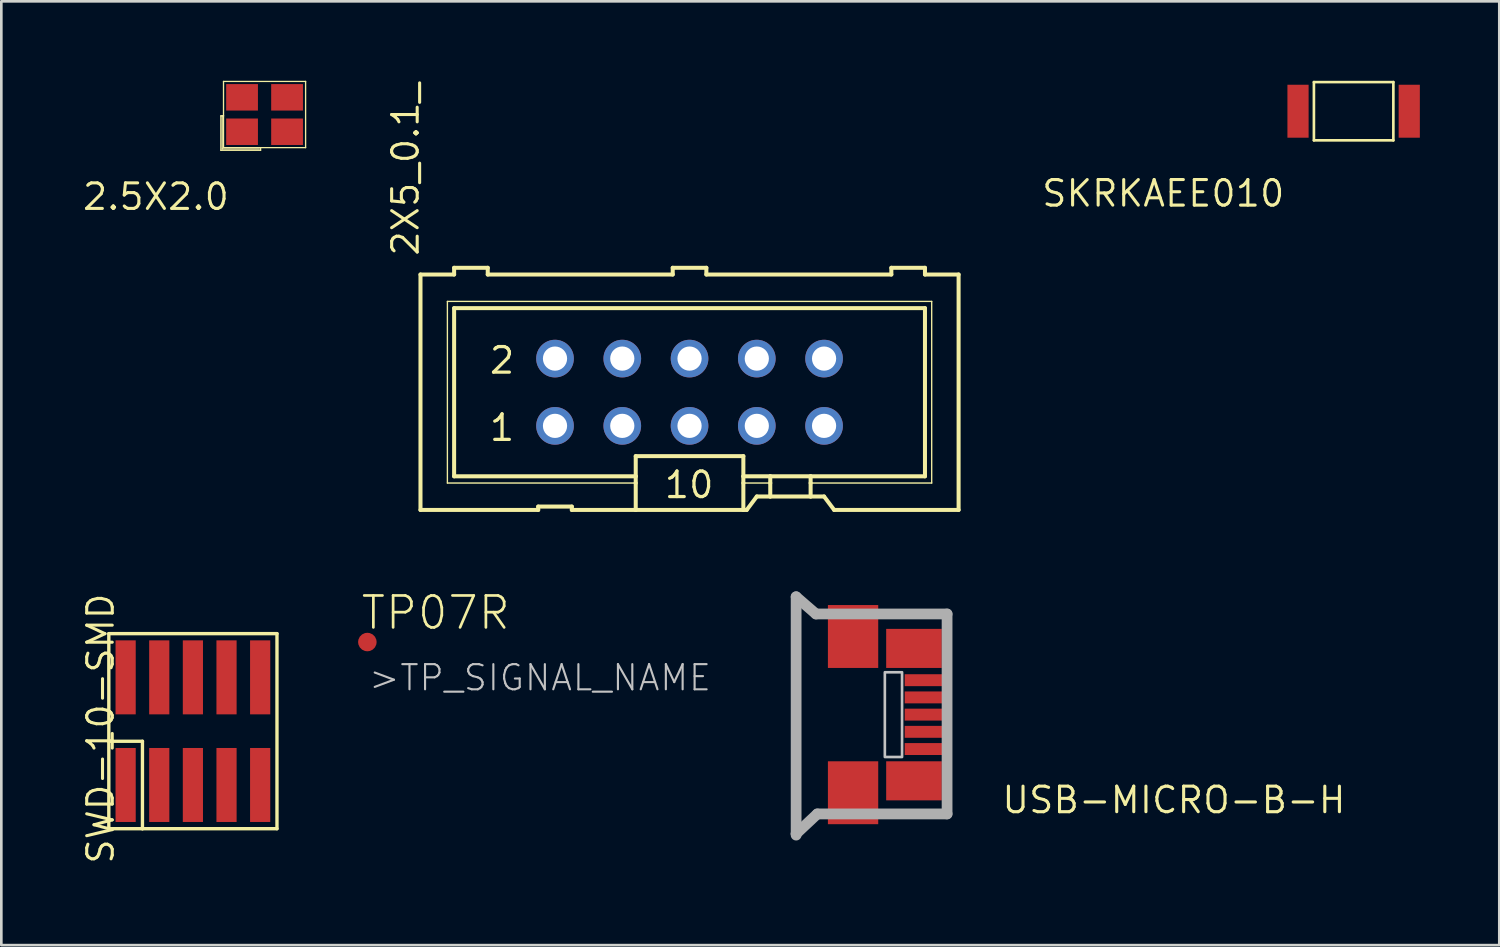
<source format=kicad_pcb>
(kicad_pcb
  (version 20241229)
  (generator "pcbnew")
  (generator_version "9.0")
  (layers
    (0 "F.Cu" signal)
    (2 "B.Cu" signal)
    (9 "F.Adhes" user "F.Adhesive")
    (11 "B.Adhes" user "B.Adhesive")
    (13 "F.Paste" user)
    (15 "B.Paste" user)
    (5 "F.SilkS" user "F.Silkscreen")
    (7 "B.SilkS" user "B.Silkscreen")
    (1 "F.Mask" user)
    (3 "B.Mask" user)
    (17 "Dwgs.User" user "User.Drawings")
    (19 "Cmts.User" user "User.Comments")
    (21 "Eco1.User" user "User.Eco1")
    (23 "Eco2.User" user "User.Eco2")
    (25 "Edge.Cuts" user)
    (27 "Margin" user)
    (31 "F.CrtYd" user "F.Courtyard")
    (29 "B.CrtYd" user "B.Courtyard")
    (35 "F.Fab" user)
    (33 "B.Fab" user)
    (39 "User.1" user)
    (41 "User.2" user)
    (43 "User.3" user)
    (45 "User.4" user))
  (footprint "SKRKAEE010"
    (layer "F.Cu")
    (at 48.065 1.15)
    (property "Reference" "SKRKAEE010" (at -2.54 2.54 180) (layer "F.SilkS") (effects (font (size 0.965 0.965) (thickness 0.116)) (justify right top)))
    (attr through_hole)
    (fp_line (start -1.5 -1.1) (end 1.5 -1.1) (stroke (width 0.1) (type solid)) (layer "F.SilkS"))
    (fp_line (start -1.5 1.1) (end -1.5 -1.1) (stroke (width 0.1) (type solid)) (layer "F.SilkS"))
    (fp_line (start 1.5 -1.1) (end 1.5 1.1) (stroke (width 0.1) (type solid)) (layer "F.SilkS"))
    (fp_line (start 1.5 1.1) (end -1.5 1.1) (stroke (width 0.1) (type solid)) (layer "F.SilkS"))
    (pad "P$1" smd rect (at -2.1 0) (size 0.8 2) (layers "F.Cu" "F.Mask" "F.Paste"))
    (pad "P$2" smd rect (at 2.1 0) (size 0.8 2) (layers "F.Cu" "F.Mask" "F.Paste")))
  (footprint "TP07R"
    (layer "F.Cu")
    (at 10.822 21.194)
    (property "Reference" "TP07R" (at -0.3 -0.4 0) (layer "F.SilkS") (effects (font (size 1.206 1.206) (thickness 0.102)) (justify left bottom)))
    (attr through_hole)
    (fp_text user ">TP_SIGNAL_NAME" (at 0 1.905 0) (layer "Dwgs.User") (effects (font (size 0.95 0.95) (thickness 0.08)) (justify left bottom)))
    (pad "TP" smd roundrect (at 0 0) (size 0.7 0.7) (layers "F.Cu" "F.Mask") (roundrect_rratio 0.5)))
  (footprint "2.5X2.0"
    (layer "F.Cu")
    (at 6.94 1.275)
    (property "Reference" "2.5X2.0" (at -1.27 2.54 180) (layer "F.SilkS") (effects (font (size 0.965 0.965) (thickness 0.116)) (justify right top)))
    (attr through_hole)
    (fp_line (start -1.65 1.35) (end -1.65 0.05) (stroke (width 0.05) (type solid)) (layer "F.SilkS"))
    (fp_line (start -1.6 0.05) (end -1.65 0.05) (stroke (width 0.05) (type solid)) (layer "F.SilkS"))
    (fp_line (start -1.6 0.05) (end -1.6 1.3) (stroke (width 0.05) (type solid)) (layer "F.SilkS"))
    (fp_line (start -1.6 1.3) (end -0.2 1.3) (stroke (width 0.05) (type solid)) (layer "F.SilkS"))
    (fp_line (start -1.55 -1.25) (end -1.55 0.05) (stroke (width 0.05) (type solid)) (layer "F.SilkS"))
    (fp_line (start -1.55 0.05) (end -1.6 0.05) (stroke (width 0.05) (type solid)) (layer "F.SilkS"))
    (fp_line (start -1.55 0.05) (end -1.55 1.25) (stroke (width 0.05) (type solid)) (layer "F.SilkS"))
    (fp_line (start -1.55 1.25) (end -0.15 1.25) (stroke (width 0.05) (type solid)) (layer "F.SilkS"))
    (fp_line (start -0.15 1.25) (end -0.15 1.35) (stroke (width 0.05) (type solid)) (layer "F.SilkS"))
    (fp_line (start -0.15 1.25) (end 1.55 1.25) (stroke (width 0.05) (type solid)) (layer "F.SilkS"))
    (fp_line (start -0.15 1.35) (end -1.65 1.35) (stroke (width 0.05) (type solid)) (layer "F.SilkS"))
    (fp_line (start 1.55 -1.25) (end -1.55 -1.25) (stroke (width 0.05) (type solid)) (layer "F.SilkS"))
    (fp_line (start 1.55 1.25) (end 1.55 -1.25) (stroke (width 0.05) (type solid)) (layer "F.SilkS"))
    (pad "1" smd rect (at -0.85 0.65) (size 1.2 1) (layers "F.Cu" "F.Mask" "F.Paste"))
    (pad "2" smd rect (at 0.85 0.65) (size 1.2 1) (layers "F.Cu" "F.Mask" "F.Paste"))
    (pad "3" smd rect (at 0.85 -0.65) (size 1.2 1) (layers "F.Cu" "F.Mask" "F.Paste"))
    (pad "4" smd rect (at -0.85 -0.65) (size 1.2 1) (layers "F.Cu" "F.Mask" "F.Paste")))
  (footprint "2X5_0.1_"
    (layer "F.Cu")
    (at 22.988 11.761)
    (property "Reference" "2X5_0.1_" (at -10.16 -5.08 270) (layer "F.SilkS") (effects (font (size 0.965 0.965) (thickness 0.116)) (justify left bottom)))
    (attr through_hole)
    (fp_line (start -10.16 -4.445) (end -10.16 4.445) (stroke (width 0.152) (type solid)) (layer "F.SilkS"))
    (fp_line (start -10.16 -4.445) (end -8.89 -4.445) (stroke (width 0.152) (type solid)) (layer "F.SilkS"))
    (fp_line (start -9.144 -3.429) (end -9.144 3.429) (stroke (width 0.051) (type solid)) (layer "F.SilkS"))
    (fp_line (start -9.144 3.429) (end -2.032 3.429) (stroke (width 0.051) (type solid)) (layer "F.SilkS"))
    (fp_line (start -8.89 -4.699) (end -8.89 -4.445) (stroke (width 0.152) (type solid)) (layer "F.SilkS"))
    (fp_line (start -8.89 -3.175) (end -8.89 3.175) (stroke (width 0.152) (type solid)) (layer "F.SilkS"))
    (fp_line (start -8.89 -3.175) (end 8.89 -3.175) (stroke (width 0.152) (type solid)) (layer "F.SilkS"))
    (fp_line (start -7.62 -4.699) (end -8.89 -4.699) (stroke (width 0.152) (type solid)) (layer "F.SilkS"))
    (fp_line (start -7.62 -4.699) (end -7.62 -4.445) (stroke (width 0.152) (type solid)) (layer "F.SilkS"))
    (fp_line (start -7.62 -4.445) (end -0.635 -4.445) (stroke (width 0.152) (type solid)) (layer "F.SilkS"))
    (fp_line (start -5.715 4.445) (end -10.16 4.445) (stroke (width 0.152) (type solid)) (layer "F.SilkS"))
    (fp_line (start -5.715 4.445) (end -5.715 4.318) (stroke (width 0.152) (type solid)) (layer "F.SilkS"))
    (fp_line (start -4.445 4.318) (end -5.715 4.318) (stroke (width 0.152) (type solid)) (layer "F.SilkS"))
    (fp_line (start -4.445 4.318) (end -4.445 4.445) (stroke (width 0.152) (type solid)) (layer "F.SilkS"))
    (fp_line (start -2.032 3.175) (end -8.89 3.175) (stroke (width 0.152) (type solid)) (layer "F.SilkS"))
    (fp_line (start -2.032 3.175) (end -2.032 2.413) (stroke (width 0.152) (type solid)) (layer "F.SilkS"))
    (fp_line (start -2.032 3.175) (end -2.032 3.429) (stroke (width 0.152) (type solid)) (layer "F.SilkS"))
    (fp_line (start -2.032 3.429) (end -2.032 4.445) (stroke (width 0.152) (type solid)) (layer "F.SilkS"))
    (fp_line (start -2.032 4.445) (end -4.445 4.445) (stroke (width 0.152) (type solid)) (layer "F.SilkS"))
    (fp_line (start -0.635 -4.699) (end -0.635 -4.445) (stroke (width 0.152) (type solid)) (layer "F.SilkS"))
    (fp_line (start 0.635 -4.699) (end -0.635 -4.699) (stroke (width 0.152) (type solid)) (layer "F.SilkS"))
    (fp_line (start 0.635 -4.699) (end 0.635 -4.445) (stroke (width 0.152) (type solid)) (layer "F.SilkS"))
    (fp_line (start 0.635 -4.445) (end 7.62 -4.445) (stroke (width 0.152) (type solid)) (layer "F.SilkS"))
    (fp_line (start 2.032 2.413) (end -2.032 2.413) (stroke (width 0.152) (type solid)) (layer "F.SilkS"))
    (fp_line (start 2.032 2.413) (end 2.032 3.175) (stroke (width 0.152) (type solid)) (layer "F.SilkS"))
    (fp_line (start 2.032 3.175) (end 2.032 3.429) (stroke (width 0.152) (type solid)) (layer "F.SilkS"))
    (fp_line (start 2.032 3.429) (end 2.032 4.445) (stroke (width 0.152) (type solid)) (layer "F.SilkS"))
    (fp_line (start 2.032 4.445) (end -2.032 4.445) (stroke (width 0.152) (type solid)) (layer "F.SilkS"))
    (fp_line (start 2.159 4.445) (end 2.032 4.445) (stroke (width 0.152) (type solid)) (layer "F.SilkS"))
    (fp_line (start 2.159 4.445) (end 2.54 3.937) (stroke (width 0.152) (type solid)) (layer "F.SilkS"))
    (fp_line (start 3.048 3.175) (end 2.032 3.175) (stroke (width 0.152) (type solid)) (layer "F.SilkS"))
    (fp_line (start 3.048 3.175) (end 3.048 3.429) (stroke (width 0.152) (type solid)) (layer "F.SilkS"))
    (fp_line (start 3.048 3.429) (end 2.032 3.429) (stroke (width 0.051) (type solid)) (layer "F.SilkS"))
    (fp_line (start 3.048 3.429) (end 3.048 3.937) (stroke (width 0.152) (type solid)) (layer "F.SilkS"))
    (fp_line (start 3.048 3.937) (end 2.54 3.937) (stroke (width 0.152) (type solid)) (layer "F.SilkS"))
    (fp_line (start 4.572 3.175) (end 3.048 3.175) (stroke (width 0.152) (type solid)) (layer "F.SilkS"))
    (fp_line (start 4.572 3.175) (end 4.572 3.429) (stroke (width 0.152) (type solid)) (layer "F.SilkS"))
    (fp_line (start 4.572 3.429) (end 4.572 3.937) (stroke (width 0.152) (type solid)) (layer "F.SilkS"))
    (fp_line (start 4.572 3.429) (end 9.144 3.429) (stroke (width 0.051) (type solid)) (layer "F.SilkS"))
    (fp_line (start 4.572 3.937) (end 3.048 3.937) (stroke (width 0.152) (type solid)) (layer "F.SilkS"))
    (fp_line (start 5.08 3.937) (end 4.572 3.937) (stroke (width 0.152) (type solid)) (layer "F.SilkS"))
    (fp_line (start 5.08 3.937) (end 5.461 4.445) (stroke (width 0.152) (type solid)) (layer "F.SilkS"))
    (fp_line (start 7.62 -4.445) (end 7.62 -4.699) (stroke (width 0.152) (type solid)) (layer "F.SilkS"))
    (fp_line (start 8.89 -4.699) (end 7.62 -4.699) (stroke (width 0.152) (type solid)) (layer "F.SilkS"))
    (fp_line (start 8.89 -4.445) (end 8.89 -4.699) (stroke (width 0.152) (type solid)) (layer "F.SilkS"))
    (fp_line (start 8.89 -4.445) (end 10.16 -4.445) (stroke (width 0.152) (type solid)) (layer "F.SilkS"))
    (fp_line (start 8.89 3.175) (end 4.572 3.175) (stroke (width 0.152) (type solid)) (layer "F.SilkS"))
    (fp_line (start 8.89 3.175) (end 8.89 -3.175) (stroke (width 0.152) (type solid)) (layer "F.SilkS"))
    (fp_line (start 9.144 -3.429) (end -9.144 -3.429) (stroke (width 0.051) (type solid)) (layer "F.SilkS"))
    (fp_line (start 9.144 3.429) (end 9.144 -3.429) (stroke (width 0.051) (type solid)) (layer "F.SilkS"))
    (fp_line (start 10.16 4.445) (end 5.461 4.445) (stroke (width 0.152) (type solid)) (layer "F.SilkS"))
    (fp_line (start 10.16 4.445) (end 10.16 -4.445) (stroke (width 0.152) (type solid)) (layer "F.SilkS"))
    (fp_poly (pts (xy -5.334 -1.016) (xy -4.826 -1.016) (xy -4.826 -1.524) (xy -5.334 -1.524)) (stroke (width 0.1) (type solid)) (fill no) (layer "F.Fab"))
    (fp_poly (pts (xy -5.334 1.524) (xy -4.826 1.524) (xy -4.826 1.016) (xy -5.334 1.016)) (stroke (width 0.1) (type solid)) (fill no) (layer "F.Fab"))
    (fp_poly (pts (xy -2.794 -1.016) (xy -2.286 -1.016) (xy -2.286 -1.524) (xy -2.794 -1.524)) (stroke (width 0.1) (type solid)) (fill no) (layer "F.Fab"))
    (fp_poly (pts (xy -2.794 1.524) (xy -2.286 1.524) (xy -2.286 1.016) (xy -2.794 1.016)) (stroke (width 0.1) (type solid)) (fill no) (layer "F.Fab"))
    (fp_poly (pts (xy -0.254 -1.016) (xy 0.254 -1.016) (xy 0.254 -1.524) (xy -0.254 -1.524)) (stroke (width 0.1) (type solid)) (fill no) (layer "F.Fab"))
    (fp_poly (pts (xy -0.254 1.524) (xy 0.254 1.524) (xy 0.254 1.016) (xy -0.254 1.016)) (stroke (width 0.1) (type solid)) (fill no) (layer "F.Fab"))
    (fp_poly (pts (xy 2.286 -1.016) (xy 2.794 -1.016) (xy 2.794 -1.524) (xy 2.286 -1.524)) (stroke (width 0.1) (type solid)) (fill no) (layer "F.Fab"))
    (fp_poly (pts (xy 2.286 1.524) (xy 2.794 1.524) (xy 2.794 1.016) (xy 2.286 1.016)) (stroke (width 0.1) (type solid)) (fill no) (layer "F.Fab"))
    (fp_poly (pts (xy 4.826 -1.016) (xy 5.334 -1.016) (xy 5.334 -1.524) (xy 4.826 -1.524)) (stroke (width 0.1) (type solid)) (fill no) (layer "F.Fab"))
    (fp_poly (pts (xy 4.826 1.524) (xy 5.334 1.524) (xy 5.334 1.016) (xy 4.826 1.016)) (stroke (width 0.1) (type solid)) (fill no) (layer "F.Fab"))
    (fp_text user "10" (at -1.016 4.064 0) (layer "F.SilkS") (effects (font (size 0.965 0.965) (thickness 0.122)) (justify left bottom)))
    (fp_text user "1" (at -7.62 1.905 0) (layer "F.SilkS") (effects (font (size 0.965 0.965) (thickness 0.122)) (justify left bottom)))
    (fp_text user "2" (at -7.62 -0.635 0) (layer "F.SilkS") (effects (font (size 0.965 0.965) (thickness 0.122)) (justify left bottom)))
    (pad "1" thru_hole circle (at -5.08 1.27) (size 1.422 1.422) (drill 0.914) (layers "*.Cu" "*.Mask"))
    (pad "2" thru_hole circle (at -5.08 -1.27) (size 1.422 1.422) (drill 0.914) (layers "*.Cu" "*.Mask"))
    (pad "3" thru_hole circle (at -2.54 1.27) (size 1.422 1.422) (drill 0.914) (layers "*.Cu" "*.Mask"))
    (pad "4" thru_hole circle (at -2.54 -1.27) (size 1.422 1.422) (drill 0.914) (layers "*.Cu" "*.Mask"))
    (pad "5" thru_hole circle (at 0 1.27) (size 1.422 1.422) (drill 0.914) (layers "*.Cu" "*.Mask"))
    (pad "6" thru_hole circle (at 0 -1.27) (size 1.422 1.422) (drill 0.914) (layers "*.Cu" "*.Mask"))
    (pad "7" thru_hole circle (at 2.54 1.27) (size 1.422 1.422) (drill 0.914) (layers "*.Cu" "*.Mask"))
    (pad "8" thru_hole circle (at 2.54 -1.27) (size 1.422 1.422) (drill 0.914) (layers "*.Cu" "*.Mask"))
    (pad "9" thru_hole circle (at 5.08 1.27) (size 1.422 1.422) (drill 0.914) (layers "*.Cu" "*.Mask"))
    (pad "10" thru_hole circle (at 5.08 -1.27) (size 1.422 1.422) (drill 0.914) (layers "*.Cu" "*.Mask")))
  (footprint "USB-MICRO-B-H"
    (layer "F.Cu")
    (at 29.163 23.935)
    (property "Reference" "USB-MICRO-B-H" (at 5.56 3.79 0) (layer "F.SilkS") (effects (font (size 0.965 0.965) (thickness 0.116)) (justify left bottom)))
    (attr through_hole)
    (fp_poly (pts (xy -1.05 -0.2) (xy 1.05 -0.2) (xy 1.05 -1.35) (xy -1.05 -1.35)) (stroke (width 0) (type solid)) (fill yes) (layer "F.Mask"))
    (fp_poly (pts (xy -1.05 1.35) (xy 1.05 1.35) (xy 1.05 0.2) (xy -1.05 0.2)) (stroke (width 0) (type solid)) (fill yes) (layer "F.Mask"))
    (fp_poly (pts (xy 1.2 1.6) (xy 1.85 1.6) (xy 1.85 -1.6) (xy 1.2 -1.6)) (stroke (width 0.1) (type solid)) (fill no) (layer "Dwgs.User"))
    (fp_line (start -2.15 -4.45) (end -2.15 4.5) (stroke (width 0.406) (type solid)) (layer "F.Fab"))
    (fp_line (start -2.15 4.5) (end -2.15 4.55) (stroke (width 0.406) (type solid)) (layer "F.Fab"))
    (fp_line (start -1.4 -3.8) (end -2.15 -4.45) (stroke (width 0.406) (type solid)) (layer "F.Fab"))
    (fp_line (start -1.35 3.75) (end -2.15 4.5) (stroke (width 0.406) (type solid)) (layer "F.Fab"))
    (fp_line (start 3.55 -3.8) (end -1.4 -3.8) (stroke (width 0.406) (type solid)) (layer "F.Fab"))
    (fp_line (start 3.55 -3.8) (end 3.55 3.75) (stroke (width 0.406) (type solid)) (layer "F.Fab"))
    (fp_line (start 3.55 3.75) (end -1.35 3.75) (stroke (width 0.406) (type solid)) (layer "F.Fab"))
    (pad "4" smd rect (at 2.8 0.65 90) (size 0.45 1.7) (layers "F.Cu" "F.Mask" "F.Paste"))
    (pad "D+" smd rect (at 2.8 0 90) (size 0.45 1.7) (layers "F.Cu" "F.Mask" "F.Paste"))
    (pad "D-" smd rect (at 2.8 -0.65 90) (size 0.45 1.7) (layers "F.Cu" "F.Mask" "F.Paste"))
    (pad "GND" smd rect (at 2.8 1.3 90) (size 0.45 1.7) (layers "F.Cu" "F.Mask" "F.Paste"))
    (pad "GND1" smd rect (at 0 -2.95 90) (size 2.375 1.9) (layers "F.Cu" "F.Mask" "F.Paste"))
    (pad "GND2" smd rect (at 2.3 -2.5) (size 2.1 1.475) (layers "F.Cu" "F.Mask" "F.Paste"))
    (pad "GND3" smd rect (at 2.3 2.5) (size 2.1 1.475) (layers "F.Cu" "F.Mask" "F.Paste"))
    (pad "GND4" smd rect (at 0 2.95 90) (size 2.375 1.9) (layers "F.Cu" "F.Mask" "F.Paste"))
    (pad "VBUS" smd rect (at 2.8 -1.3 90) (size 0.45 1.7) (layers "F.Cu" "F.Mask" "F.Paste")))
  (footprint "SWD-10-SMD"
    (layer "F.Cu")
    (at 1.313 24.56)
    (property "Reference" "SWD-10-SMD" (at 0 5.08 270) (layer "F.SilkS") (effects (font (size 0.965 0.965) (thickness 0.116)) (justify left bottom)))
    (attr through_hole)
    (fp_line (start -0.254 -3.683) (end -0.254 0.381) (stroke (width 0.127) (type solid)) (layer "F.SilkS"))
    (fp_line (start -0.254 0.381) (end -0.254 3.683) (stroke (width 0.127) (type solid)) (layer "F.SilkS"))
    (fp_line (start -0.254 3.683) (end 1.016 3.683) (stroke (width 0.127) (type solid)) (layer "F.SilkS"))
    (fp_line (start 1.016 0.381) (end -0.254 0.381) (stroke (width 0.127) (type solid)) (layer "F.SilkS"))
    (fp_line (start 1.016 3.683) (end 1.016 0.381) (stroke (width 0.127) (type solid)) (layer "F.SilkS"))
    (fp_line (start 1.016 3.683) (end 6.096 3.683) (stroke (width 0.127) (type solid)) (layer "F.SilkS"))
    (fp_line (start 6.096 -3.683) (end -0.254 -3.683) (stroke (width 0.127) (type solid)) (layer "F.SilkS"))
    (fp_line (start 6.096 3.683) (end 6.096 -3.683) (stroke (width 0.127) (type solid)) (layer "F.SilkS"))
    (pad "1" smd rect (at 0.381 2.032 90) (size 2.794 0.762) (layers "F.Cu" "F.Mask" "F.Paste"))
    (pad "2" smd rect (at 0.381 -2.032 90) (size 2.794 0.762) (layers "F.Cu" "F.Mask" "F.Paste"))
    (pad "3" smd rect (at 1.651 2.032 90) (size 2.794 0.762) (layers "F.Cu" "F.Mask" "F.Paste"))
    (pad "4" smd rect (at 1.651 -2.032 90) (size 2.794 0.762) (layers "F.Cu" "F.Mask" "F.Paste"))
    (pad "5" smd rect (at 2.921 2.032 90) (size 2.794 0.762) (layers "F.Cu" "F.Mask" "F.Paste"))
    (pad "6" smd rect (at 2.921 -2.032 90) (size 2.794 0.762) (layers "F.Cu" "F.Mask" "F.Paste"))
    (pad "7" smd rect (at 4.191 2.032 90) (size 2.794 0.762) (layers "F.Cu" "F.Mask" "F.Paste"))
    (pad "8" smd rect (at 4.191 -2.032 90) (size 2.794 0.762) (layers "F.Cu" "F.Mask" "F.Paste"))
    (pad "9" smd rect (at 5.461 2.032 90) (size 2.794 0.762) (layers "F.Cu" "F.Mask" "F.Paste"))
    (pad "10" smd rect (at 5.461 -2.032 90) (size 2.794 0.762) (layers "F.Cu" "F.Mask" "F.Paste")))
  (gr_rect
    (start -3 -3)
    (end 53.565 32.64)
    (stroke (width 0.1) (type default))
    (fill no)
    (layer "Edge.Cuts")))
</source>
